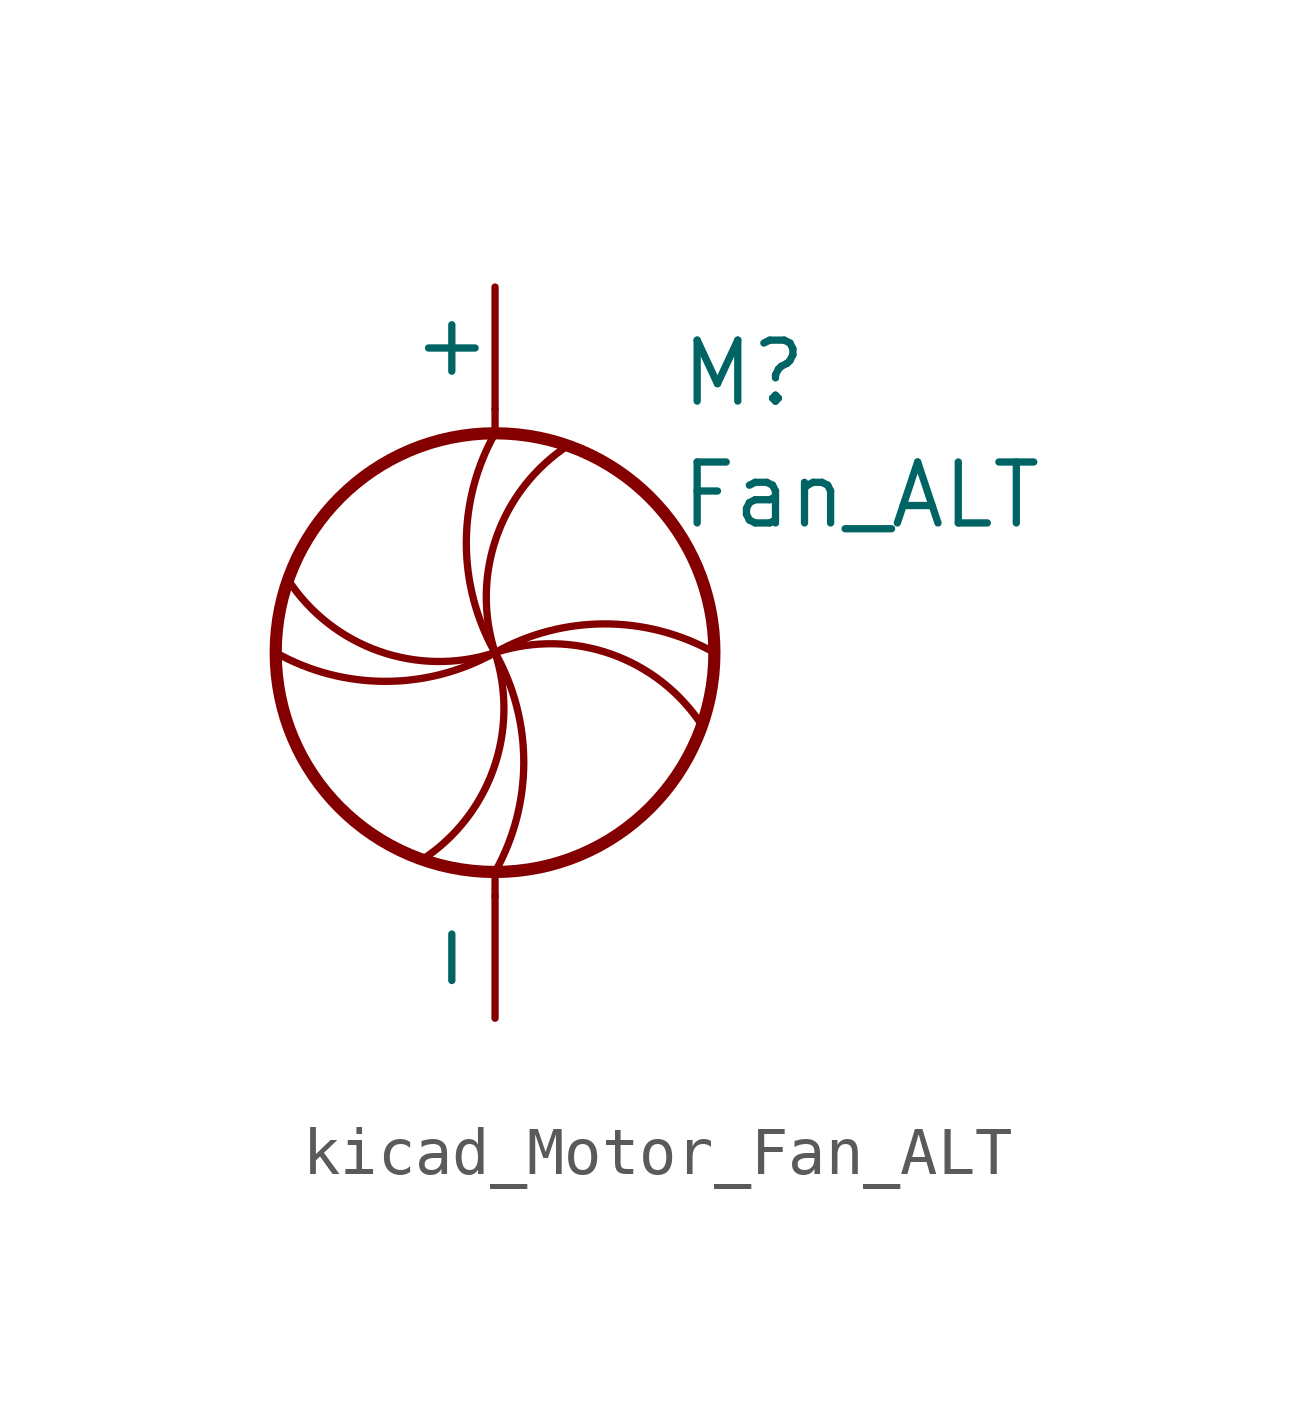
<source format=kicad_sym>
(kicad_symbol_lib
  (version 20220914)
  (generator kicad_symbol_editor)
  (symbol "kicad_Motor_Fan_ALT"
    (pin_numbers hide)
    (pin_names
      (offset 0))
    (property "Reference" "M"
      (at 3.81 5.08 0)
      (effects (font (size 1.27 1.27)) (justify left bottom)))
    (property "Value" "Fan_ALT"
      (at 3.81 2.54 0)
      (effects (font (size 1.27 1.27)) (justify left bottom)))
    (symbol "kicad_Motor_Fan_ALT_0_1"
      (arc (start -4.572 0) (mid -2.286 -0.5988) (end 0 0) (stroke (width 0) (type default)) (fill (type none)))
      (arc (start -4.318 1.524) (mid -2.4153 0.0291) (end 0 0) (stroke (width 0) (type default)) (fill (type none)))
      (arc (start -1.524 -4.318) (mid -0.0291 -2.4153) (end 0 0) (stroke (width 0) (type default)) (fill (type none)))
      (arc (start 0 -4.572) (mid 0.5988 -2.286) (end 0 0) (stroke (width 0) (type default)) (fill (type none)))
      (polyline (pts (xy 0 -5.08) (xy 0 -4.572)) (stroke (width 0) (type default)) (fill (type none)))
      (polyline (pts (xy 0 4.572) (xy 0 5.08)) (stroke (width 0) (type default)) (fill (type none)))
      (circle (center 0 0) (radius 4.572) (stroke (width 0.254) (type default)) (fill (type none)))
      (arc (start 0 4.572) (mid -0.5988 2.286) (end 0 0) (stroke (width 0) (type default)) (fill (type none)))
      (arc (start 1.524 4.318) (mid 0.0291 2.4153) (end 0 0) (stroke (width 0) (type default)) (fill (type none)))
      (arc (start 4.318 -1.524) (mid 2.4153 -0.0291) (end 0 0) (stroke (width 0) (type default)) (fill (type none)))
      (arc (start 4.572 0) (mid 2.286 0.5988) (end 0 0) (stroke (width 0) (type default)) (fill (type none))))
    (symbol "kicad_Motor_Fan_ALT_1_1"
      (pin passive line (at 0 7.62 270) (length 2.54) (name "+" (effects (font (size 1.27 1.27)))) (number "1" (effects (font (size 1.27 1.27)))))
      (pin passive line (at 0 -7.62 90) (length 2.54) (name "-" (effects (font (size 1.27 1.27)))) (number "2" (effects (font (size 1.27 1.27))))))))
</source>
